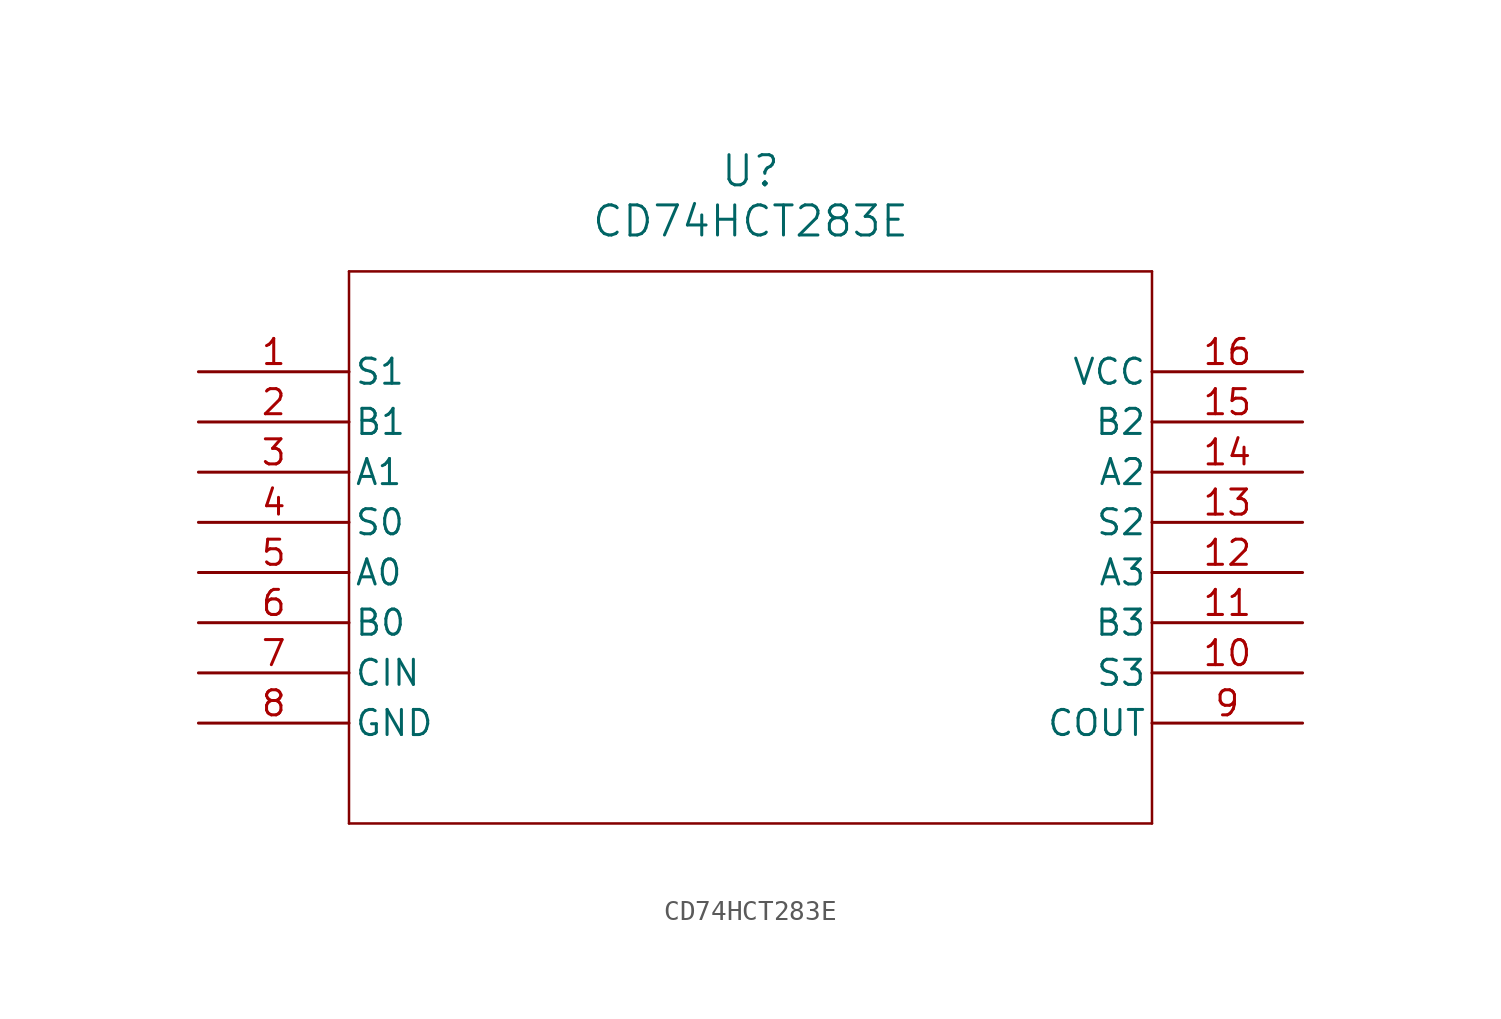
<source format=kicad_sym>
(kicad_symbol_lib
  (version 20211014)
  (generator kicad_symbol_editor)
  (symbol "CD74HCT283E"
    (pin_names
      (offset 0.254))
    (property "Reference" "U"
      (at 27.94 10.16 0)
      (effects (font (size 1.524 1.524))))
    (property "Value" "CD74HCT283E"
      (at 27.94 7.62 0)
      (effects (font (size 1.524 1.524))))
    (symbol "CD74HCT283E_0_1"
      (polyline (pts (xy 7.62 5.08) (xy 7.62 -22.86)) (stroke (width 0.127) (type default) (color 0 0 0 0)) (fill (type none)))
      (polyline (pts (xy 7.62 -22.86) (xy 48.26 -22.86)) (stroke (width 0.127) (type default) (color 0 0 0 0)) (fill (type none)))
      (polyline (pts (xy 48.26 -22.86) (xy 48.26 5.08)) (stroke (width 0.127) (type default) (color 0 0 0 0)) (fill (type none)))
      (polyline (pts (xy 48.26 5.08) (xy 7.62 5.08)) (stroke (width 0.127) (type default) (color 0 0 0 0)) (fill (type none)))
      (pin output line (at 0 0 0) (length 7.62) (name "S1" (effects (font (size 1.27 1.27)))) (number "1" (effects (font (size 1.27 1.27)))))
      (pin input line (at 0 -2.54 0) (length 7.62) (name "B1" (effects (font (size 1.27 1.27)))) (number "2" (effects (font (size 1.27 1.27)))))
      (pin input line (at 0 -5.08 0) (length 7.62) (name "A1" (effects (font (size 1.27 1.27)))) (number "3" (effects (font (size 1.27 1.27)))))
      (pin output line (at 0 -7.62 0) (length 7.62) (name "S0" (effects (font (size 1.27 1.27)))) (number "4" (effects (font (size 1.27 1.27)))))
      (pin input line (at 0 -10.16 0) (length 7.62) (name "A0" (effects (font (size 1.27 1.27)))) (number "5" (effects (font (size 1.27 1.27)))))
      (pin input line (at 0 -12.7 0) (length 7.62) (name "B0" (effects (font (size 1.27 1.27)))) (number "6" (effects (font (size 1.27 1.27)))))
      (pin input line (at 0 -15.24 0) (length 7.62) (name "CIN" (effects (font (size 1.27 1.27)))) (number "7" (effects (font (size 1.27 1.27)))))
      (pin power_in line (at 0 -17.78 0) (length 7.62) (name "GND" (effects (font (size 1.27 1.27)))) (number "8" (effects (font (size 1.27 1.27)))))
      (pin output line (at 55.88 -17.78 180) (length 7.62) (name "COUT" (effects (font (size 1.27 1.27)))) (number "9" (effects (font (size 1.27 1.27)))))
      (pin output line (at 55.88 -15.24 180) (length 7.62) (name "S3" (effects (font (size 1.27 1.27)))) (number "10" (effects (font (size 1.27 1.27)))))
      (pin input line (at 55.88 -12.7 180) (length 7.62) (name "B3" (effects (font (size 1.27 1.27)))) (number "11" (effects (font (size 1.27 1.27)))))
      (pin input line (at 55.88 -10.16 180) (length 7.62) (name "A3" (effects (font (size 1.27 1.27)))) (number "12" (effects (font (size 1.27 1.27)))))
      (pin output line (at 55.88 -7.62 180) (length 7.62) (name "S2" (effects (font (size 1.27 1.27)))) (number "13" (effects (font (size 1.27 1.27)))))
      (pin input line (at 55.88 -5.08 180) (length 7.62) (name "A2" (effects (font (size 1.27 1.27)))) (number "14" (effects (font (size 1.27 1.27)))))
      (pin input line (at 55.88 -2.54 180) (length 7.62) (name "B2" (effects (font (size 1.27 1.27)))) (number "15" (effects (font (size 1.27 1.27)))))
      (pin power_in line (at 55.88 0 180) (length 7.62) (name "VCC" (effects (font (size 1.27 1.27)))) (number "16" (effects (font (size 1.27 1.27))))))))
</source>
